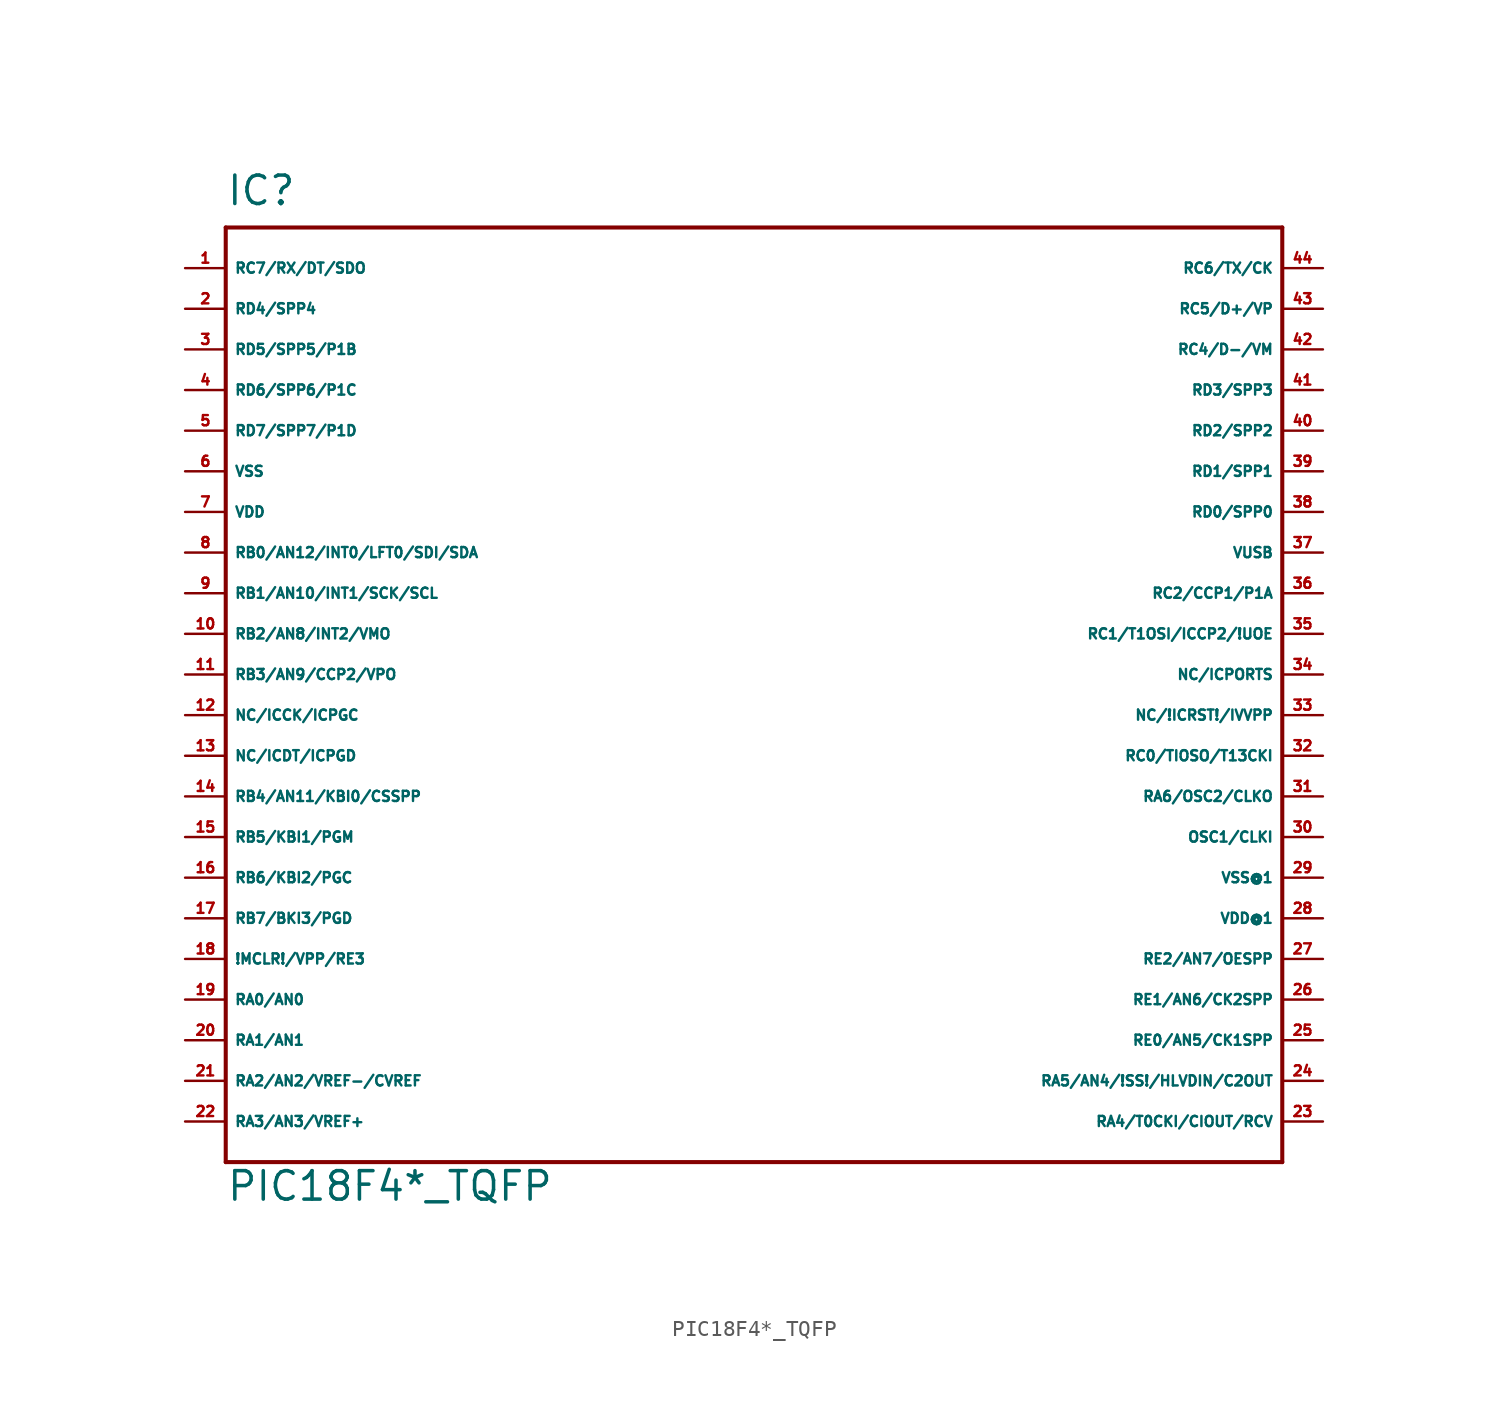
<source format=kicad_sym>
(kicad_symbol_lib
  (version 20220914)
  (generator Eagle2Kicad)
  (symbol "PIC18F4*_TQFP"
    (property "Reference" "IC"
      (at -33.02 29.21 0)
      (effects (font (size 1.778 1.778) (thickness 0.22)) (justify left bottom)))
    (property "Value" "PIC18F4*_TQFP"
      (at -33.02 -33.02 0)
      (effects (font (size 1.778 1.778) (thickness 0.22)) (justify left bottom)))
    (polyline
      (pts (xy -33.02 27.94) (xy 33.02 27.94))
      (stroke (width 0.254) (type default))
      (fill (type none)))
    (polyline
      (pts (xy 33.02 27.94) (xy 33.02 -30.48))
      (stroke (width 0.254) (type default))
      (fill (type none)))
    (polyline
      (pts (xy 33.02 -30.48) (xy -33.02 -30.48))
      (stroke (width 0.254) (type default))
      (fill (type none)))
    (polyline
      (pts (xy -33.02 -30.48) (xy -33.02 27.94))
      (stroke (width 0.254) (type default))
      (fill (type none)))
    (pin bidirectional line
      (at -35.56 25.4 0)
      (length 2.54)
      (name "RC7/RX/DT/SDO" (effects (font (size 0.635 0.635) (thickness 0.08)) (justify left bottom)))
      (number "1" (effects (font (size 0.635 0.635) (thickness 0.08)) (justify left bottom))))
    (pin bidirectional line
      (at -35.56 22.86 0)
      (length 2.54)
      (name "RD4/SPP4" (effects (font (size 0.635 0.635) (thickness 0.08)) (justify left bottom)))
      (number "2" (effects (font (size 0.635 0.635) (thickness 0.08)) (justify left bottom))))
    (pin bidirectional line
      (at -35.56 20.32 0)
      (length 2.54)
      (name "RD5/SPP5/P1B" (effects (font (size 0.635 0.635) (thickness 0.08)) (justify left bottom)))
      (number "3" (effects (font (size 0.635 0.635) (thickness 0.08)) (justify left bottom))))
    (pin bidirectional line
      (at -35.56 17.78 0)
      (length 2.54)
      (name "RD6/SPP6/P1C" (effects (font (size 0.635 0.635) (thickness 0.08)) (justify left bottom)))
      (number "4" (effects (font (size 0.635 0.635) (thickness 0.08)) (justify left bottom))))
    (pin bidirectional line
      (at -35.56 15.24 0)
      (length 2.54)
      (name "RD7/SPP7/P1D" (effects (font (size 0.635 0.635) (thickness 0.08)) (justify left bottom)))
      (number "5" (effects (font (size 0.635 0.635) (thickness 0.08)) (justify left bottom))))
    (pin unspecified line
      (at -35.56 12.7 0)
      (length 2.54)
      (name "VSS" (effects (font (size 0.635 0.635) (thickness 0.08)) (justify left bottom)))
      (number "6" (effects (font (size 0.635 0.635) (thickness 0.08)) (justify left bottom))))
    (pin unspecified line
      (at -35.56 10.16 0)
      (length 2.54)
      (name "VDD" (effects (font (size 0.635 0.635) (thickness 0.08)) (justify left bottom)))
      (number "7" (effects (font (size 0.635 0.635) (thickness 0.08)) (justify left bottom))))
    (pin bidirectional line
      (at -35.56 7.62 0)
      (length 2.54)
      (name "RB0/AN12/INT0/LFT0/SDI/SDA" (effects (font (size 0.635 0.635) (thickness 0.08)) (justify left bottom)))
      (number "8" (effects (font (size 0.635 0.635) (thickness 0.08)) (justify left bottom))))
    (pin bidirectional line
      (at -35.56 5.08 0)
      (length 2.54)
      (name "RB1/AN10/INT1/SCK/SCL" (effects (font (size 0.635 0.635) (thickness 0.08)) (justify left bottom)))
      (number "9" (effects (font (size 0.635 0.635) (thickness 0.08)) (justify left bottom))))
    (pin bidirectional line
      (at -35.56 2.54 0)
      (length 2.54)
      (name "RB2/AN8/INT2/VMO" (effects (font (size 0.635 0.635) (thickness 0.08)) (justify left bottom)))
      (number "10" (effects (font (size 0.635 0.635) (thickness 0.08)) (justify left bottom))))
    (pin bidirectional line
      (at -35.56 0 0)
      (length 2.54)
      (name "RB3/AN9/CCP2/VPO" (effects (font (size 0.635 0.635) (thickness 0.08)) (justify left bottom)))
      (number "11" (effects (font (size 0.635 0.635) (thickness 0.08)) (justify left bottom))))
    (pin bidirectional line
      (at -35.56 -2.54 0)
      (length 2.54)
      (name "NC/ICCK/ICPGC" (effects (font (size 0.635 0.635) (thickness 0.08)) (justify left bottom)))
      (number "12" (effects (font (size 0.635 0.635) (thickness 0.08)) (justify left bottom))))
    (pin bidirectional line
      (at -35.56 -5.08 0)
      (length 2.54)
      (name "NC/ICDT/ICPGD" (effects (font (size 0.635 0.635) (thickness 0.08)) (justify left bottom)))
      (number "13" (effects (font (size 0.635 0.635) (thickness 0.08)) (justify left bottom))))
    (pin bidirectional line
      (at -35.56 -7.62 0)
      (length 2.54)
      (name "RB4/AN11/KBI0/CSSPP" (effects (font (size 0.635 0.635) (thickness 0.08)) (justify left bottom)))
      (number "14" (effects (font (size 0.635 0.635) (thickness 0.08)) (justify left bottom))))
    (pin bidirectional line
      (at -35.56 -10.16 0)
      (length 2.54)
      (name "RB5/KBI1/PGM" (effects (font (size 0.635 0.635) (thickness 0.08)) (justify left bottom)))
      (number "15" (effects (font (size 0.635 0.635) (thickness 0.08)) (justify left bottom))))
    (pin bidirectional line
      (at -35.56 -12.7 0)
      (length 2.54)
      (name "RB6/KBI2/PGC" (effects (font (size 0.635 0.635) (thickness 0.08)) (justify left bottom)))
      (number "16" (effects (font (size 0.635 0.635) (thickness 0.08)) (justify left bottom))))
    (pin bidirectional line
      (at -35.56 -15.24 0)
      (length 2.54)
      (name "RB7/BKI3/PGD" (effects (font (size 0.635 0.635) (thickness 0.08)) (justify left bottom)))
      (number "17" (effects (font (size 0.635 0.635) (thickness 0.08)) (justify left bottom))))
    (pin input line
      (at -35.56 -17.78 0)
      (length 2.54)
      (name "!MCLR!/VPP/RE3" (effects (font (size 0.635 0.635) (thickness 0.08)) (justify left bottom)))
      (number "18" (effects (font (size 0.635 0.635) (thickness 0.08)) (justify left bottom))))
    (pin bidirectional line
      (at -35.56 -20.32 0)
      (length 2.54)
      (name "RA0/AN0" (effects (font (size 0.635 0.635) (thickness 0.08)) (justify left bottom)))
      (number "19" (effects (font (size 0.635 0.635) (thickness 0.08)) (justify left bottom))))
    (pin bidirectional line
      (at -35.56 -22.86 0)
      (length 2.54)
      (name "RA1/AN1" (effects (font (size 0.635 0.635) (thickness 0.08)) (justify left bottom)))
      (number "20" (effects (font (size 0.635 0.635) (thickness 0.08)) (justify left bottom))))
    (pin bidirectional line
      (at -35.56 -25.4 0)
      (length 2.54)
      (name "RA2/AN2/VREF-/CVREF" (effects (font (size 0.635 0.635) (thickness 0.08)) (justify left bottom)))
      (number "21" (effects (font (size 0.635 0.635) (thickness 0.08)) (justify left bottom))))
    (pin bidirectional line
      (at -35.56 -27.94 0)
      (length 2.54)
      (name "RA3/AN3/VREF+" (effects (font (size 0.635 0.635) (thickness 0.08)) (justify left bottom)))
      (number "22" (effects (font (size 0.635 0.635) (thickness 0.08)) (justify left bottom))))
    (pin bidirectional line
      (at 35.56 -27.94 180)
      (length 2.54)
      (name "RA4/T0CKI/CIOUT/RCV" (effects (font (size 0.635 0.635) (thickness 0.08)) (justify left bottom)))
      (number "23" (effects (font (size 0.635 0.635) (thickness 0.08)) (justify left bottom))))
    (pin bidirectional line
      (at 35.56 -25.4 180)
      (length 2.54)
      (name "RA5/AN4/!SS!/HLVDIN/C2OUT" (effects (font (size 0.635 0.635) (thickness 0.08)) (justify left bottom)))
      (number "24" (effects (font (size 0.635 0.635) (thickness 0.08)) (justify left bottom))))
    (pin bidirectional line
      (at 35.56 -22.86 180)
      (length 2.54)
      (name "RE0/AN5/CK1SPP" (effects (font (size 0.635 0.635) (thickness 0.08)) (justify left bottom)))
      (number "25" (effects (font (size 0.635 0.635) (thickness 0.08)) (justify left bottom))))
    (pin bidirectional line
      (at 35.56 -20.32 180)
      (length 2.54)
      (name "RE1/AN6/CK2SPP" (effects (font (size 0.635 0.635) (thickness 0.08)) (justify left bottom)))
      (number "26" (effects (font (size 0.635 0.635) (thickness 0.08)) (justify left bottom))))
    (pin bidirectional line
      (at 35.56 -17.78 180)
      (length 2.54)
      (name "RE2/AN7/OESPP" (effects (font (size 0.635 0.635) (thickness 0.08)) (justify left bottom)))
      (number "27" (effects (font (size 0.635 0.635) (thickness 0.08)) (justify left bottom))))
    (pin unspecified line
      (at 35.56 -15.24 180)
      (length 2.54)
      (name "VDD@1" (effects (font (size 0.635 0.635) (thickness 0.08)) (justify left bottom)))
      (number "28" (effects (font (size 0.635 0.635) (thickness 0.08)) (justify left bottom))))
    (pin unspecified line
      (at 35.56 -12.7 180)
      (length 2.54)
      (name "VSS@1" (effects (font (size 0.635 0.635) (thickness 0.08)) (justify left bottom)))
      (number "29" (effects (font (size 0.635 0.635) (thickness 0.08)) (justify left bottom))))
    (pin input line
      (at 35.56 -10.16 180)
      (length 2.54)
      (name "OSC1/CLKI" (effects (font (size 0.635 0.635) (thickness 0.08)) (justify left bottom)))
      (number "30" (effects (font (size 0.635 0.635) (thickness 0.08)) (justify left bottom))))
    (pin output line
      (at 35.56 -7.62 180)
      (length 2.54)
      (name "RA6/OSC2/CLKO" (effects (font (size 0.635 0.635) (thickness 0.08)) (justify left bottom)))
      (number "31" (effects (font (size 0.635 0.635) (thickness 0.08)) (justify left bottom))))
    (pin bidirectional line
      (at 35.56 -5.08 180)
      (length 2.54)
      (name "RC0/TIOSO/T13CKI" (effects (font (size 0.635 0.635) (thickness 0.08)) (justify left bottom)))
      (number "32" (effects (font (size 0.635 0.635) (thickness 0.08)) (justify left bottom))))
    (pin input line
      (at 35.56 -2.54 180)
      (length 2.54)
      (name "NC/!ICRST!/IVVPP" (effects (font (size 0.635 0.635) (thickness 0.08)) (justify left bottom)))
      (number "33" (effects (font (size 0.635 0.635) (thickness 0.08)) (justify left bottom))))
    (pin input line
      (at 35.56 0 180)
      (length 2.54)
      (name "NC/ICPORTS" (effects (font (size 0.635 0.635) (thickness 0.08)) (justify left bottom)))
      (number "34" (effects (font (size 0.635 0.635) (thickness 0.08)) (justify left bottom))))
    (pin bidirectional line
      (at 35.56 2.54 180)
      (length 2.54)
      (name "RC1/T1OSI/ICCP2/!UOE" (effects (font (size 0.635 0.635) (thickness 0.08)) (justify left bottom)))
      (number "35" (effects (font (size 0.635 0.635) (thickness 0.08)) (justify left bottom))))
    (pin bidirectional line
      (at 35.56 5.08 180)
      (length 2.54)
      (name "RC2/CCP1/P1A" (effects (font (size 0.635 0.635) (thickness 0.08)) (justify left bottom)))
      (number "36" (effects (font (size 0.635 0.635) (thickness 0.08)) (justify left bottom))))
    (pin bidirectional line
      (at 35.56 7.62 180)
      (length 2.54)
      (name "VUSB" (effects (font (size 0.635 0.635) (thickness 0.08)) (justify left bottom)))
      (number "37" (effects (font (size 0.635 0.635) (thickness 0.08)) (justify left bottom))))
    (pin bidirectional line
      (at 35.56 10.16 180)
      (length 2.54)
      (name "RD0/SPP0" (effects (font (size 0.635 0.635) (thickness 0.08)) (justify left bottom)))
      (number "38" (effects (font (size 0.635 0.635) (thickness 0.08)) (justify left bottom))))
    (pin bidirectional line
      (at 35.56 12.7 180)
      (length 2.54)
      (name "RD1/SPP1" (effects (font (size 0.635 0.635) (thickness 0.08)) (justify left bottom)))
      (number "39" (effects (font (size 0.635 0.635) (thickness 0.08)) (justify left bottom))))
    (pin bidirectional line
      (at 35.56 15.24 180)
      (length 2.54)
      (name "RD2/SPP2" (effects (font (size 0.635 0.635) (thickness 0.08)) (justify left bottom)))
      (number "40" (effects (font (size 0.635 0.635) (thickness 0.08)) (justify left bottom))))
    (pin bidirectional line
      (at 35.56 17.78 180)
      (length 2.54)
      (name "RD3/SPP3" (effects (font (size 0.635 0.635) (thickness 0.08)) (justify left bottom)))
      (number "41" (effects (font (size 0.635 0.635) (thickness 0.08)) (justify left bottom))))
    (pin bidirectional line
      (at 35.56 20.32 180)
      (length 2.54)
      (name "RC4/D-/VM" (effects (font (size 0.635 0.635) (thickness 0.08)) (justify left bottom)))
      (number "42" (effects (font (size 0.635 0.635) (thickness 0.08)) (justify left bottom))))
    (pin bidirectional line
      (at 35.56 22.86 180)
      (length 2.54)
      (name "RC5/D+/VP" (effects (font (size 0.635 0.635) (thickness 0.08)) (justify left bottom)))
      (number "43" (effects (font (size 0.635 0.635) (thickness 0.08)) (justify left bottom))))
    (pin bidirectional line
      (at 35.56 25.4 180)
      (length 2.54)
      (name "RC6/TX/CK" (effects (font (size 0.635 0.635) (thickness 0.08)) (justify left bottom)))
      (number "44" (effects (font (size 0.635 0.635) (thickness 0.08)) (justify left bottom))))))
</source>
